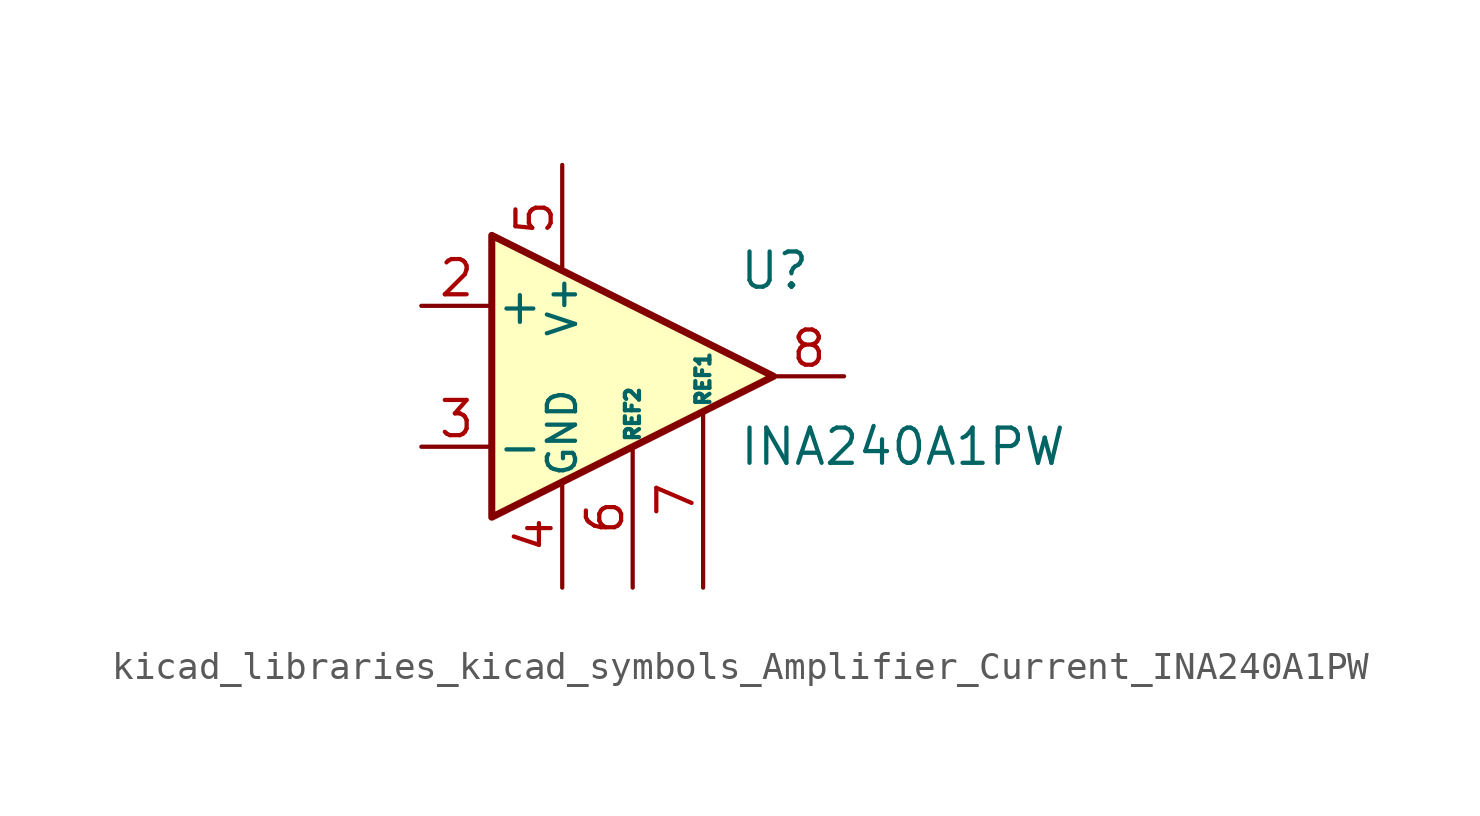
<source format=kicad_sym>
(kicad_symbol_lib
  (version 20220914)
  (generator kicad_symbol_editor)
  (symbol "kicad_libraries_kicad_symbols_Amplifier_Current_INA240A1PW"
    (pin_names
      (offset 0.127))
    (property "Reference" "U"
      (at 3.81 3.81 0)
      (effects (font (size 1.27 1.27)) (justify left)))
    (property "Value" "INA240A1PW"
      (at 3.81 -2.54 0)
      (effects (font (size 1.27 1.27)) (justify left)))
    (symbol "kicad_libraries_kicad_symbols_Amplifier_Current_INA240A1PW_0_1"
      (polyline (pts (xy 5.08 0) (xy -5.08 5.08) (xy -5.08 -5.08) (xy 5.08 0)) (stroke (width 0.254) (type default)) (fill (type background))))
    (symbol "kicad_libraries_kicad_symbols_Amplifier_Current_INA240A1PW_1_1"
      (pin passive line (at -2.54 -7.62 90) (length 3.81) hide (name "GND" (effects (font (size 1.016 1.016)))) (number "1" (effects (font (size 1.27 1.27)))))
      (pin input line (at -7.62 2.54 0) (length 2.54) (name "+" (effects (font (size 1.27 1.27)))) (number "2" (effects (font (size 1.27 1.27)))))
      (pin input line (at -7.62 -2.54 0) (length 2.54) (name "-" (effects (font (size 1.27 1.27)))) (number "3" (effects (font (size 1.27 1.27)))))
      (pin power_in line (at -2.54 -7.62 90) (length 3.81) (name "GND" (effects (font (size 1.016 1.016)))) (number "4" (effects (font (size 1.27 1.27)))))
      (pin power_in line (at -2.54 7.62 270) (length 3.81) (name "V+" (effects (font (size 1.016 1.016)))) (number "5" (effects (font (size 1.27 1.27)))))
      (pin passive line (at 0 -7.62 90) (length 5.08) (name "REF2" (effects (font (size 0.508 0.508)))) (number "6" (effects (font (size 1.27 1.27)))))
      (pin passive line (at 2.54 -7.62 90) (length 6.35) (name "REF1" (effects (font (size 0.508 0.508)))) (number "7" (effects (font (size 1.27 1.27)))))
      (pin output line (at 7.62 0 180) (length 2.54) (name "~" (effects (font (size 1.27 1.27)))) (number "8" (effects (font (size 1.27 1.27))))))))
</source>
